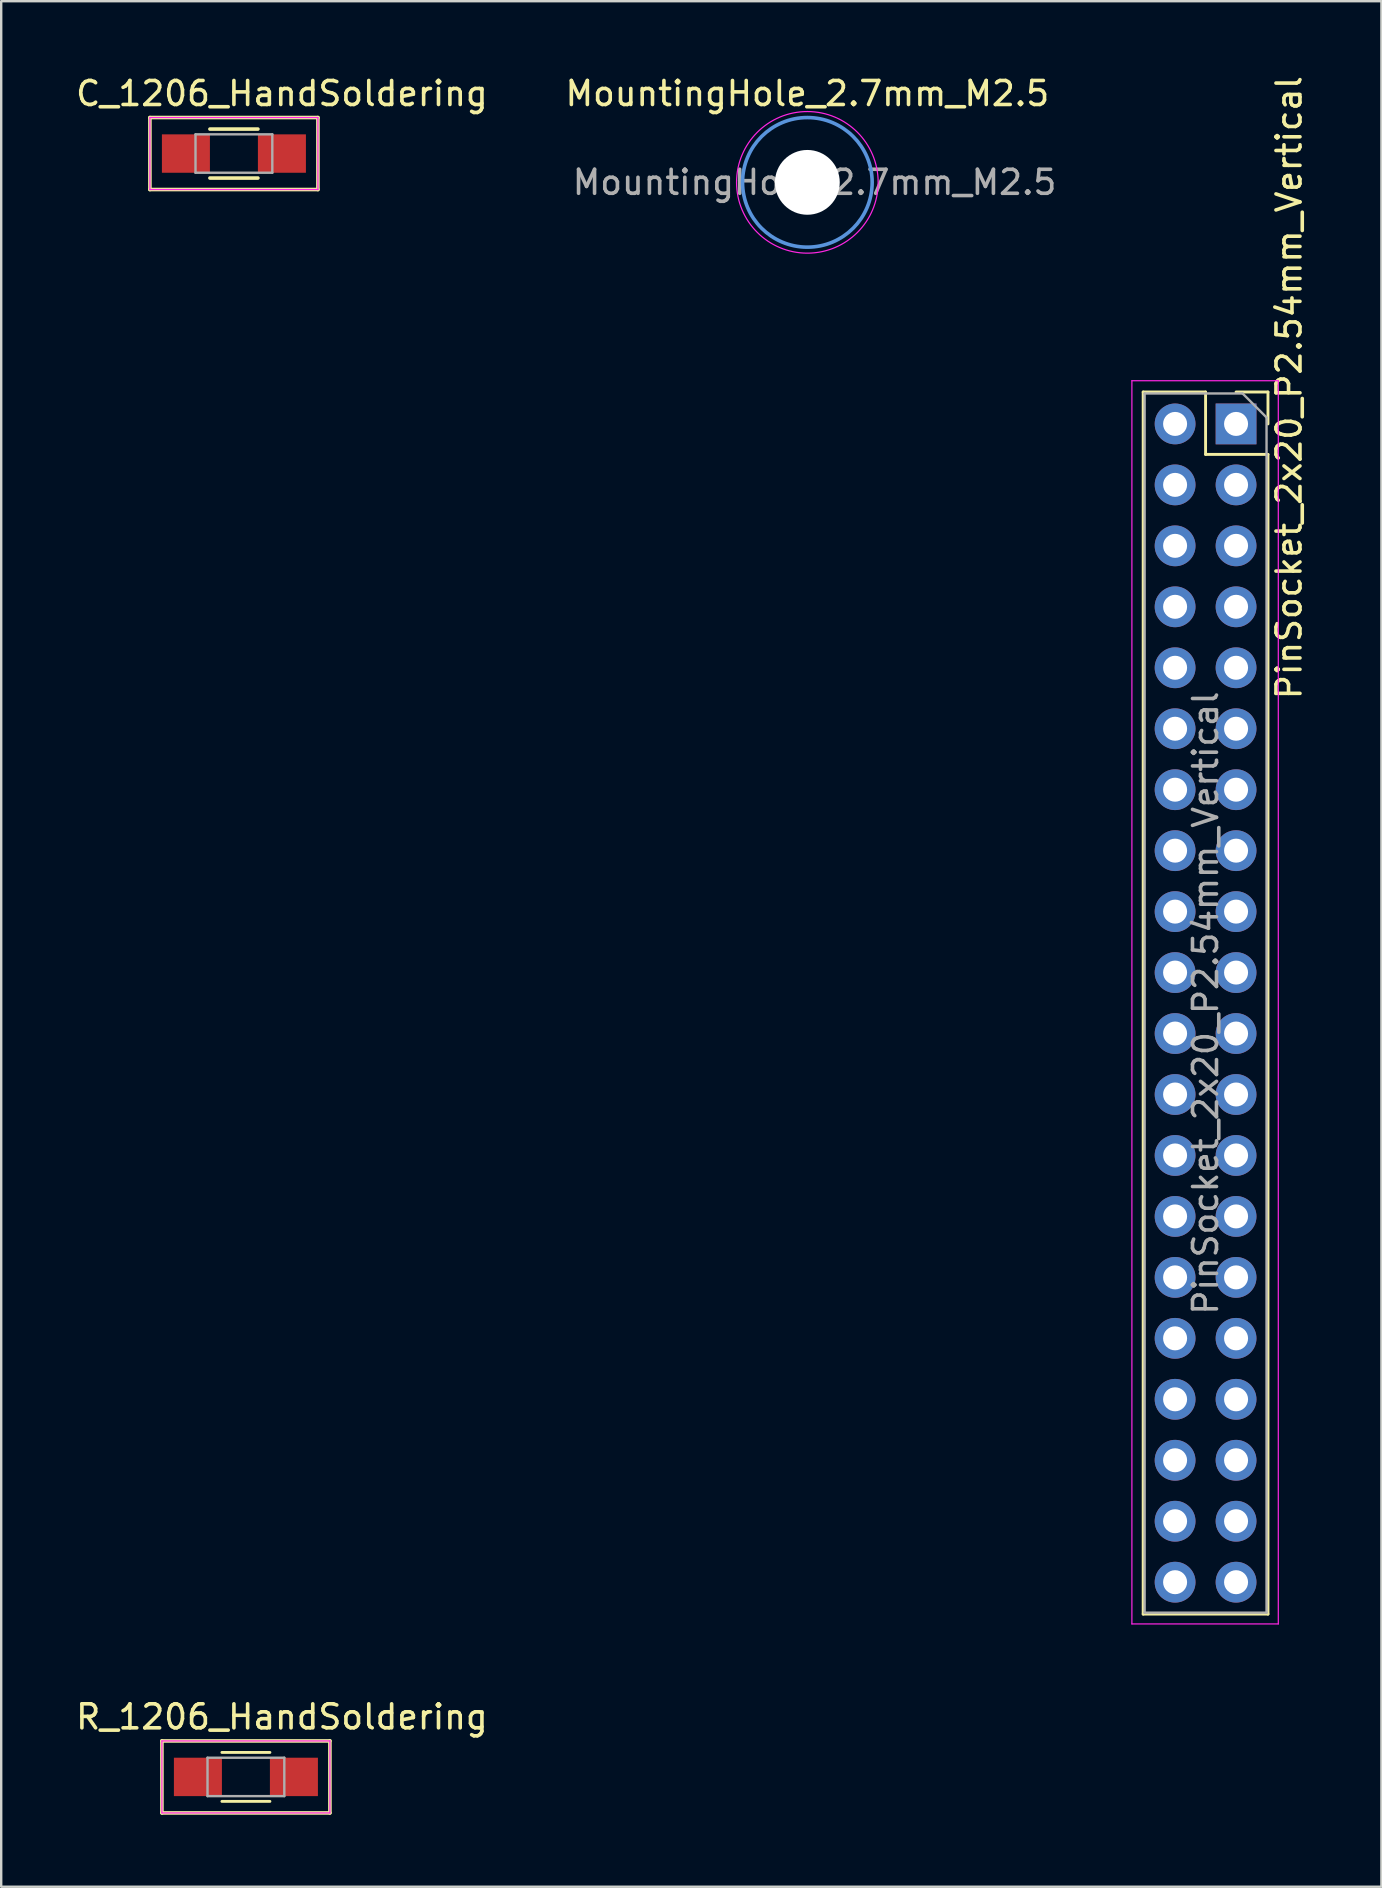
<source format=kicad_pcb>
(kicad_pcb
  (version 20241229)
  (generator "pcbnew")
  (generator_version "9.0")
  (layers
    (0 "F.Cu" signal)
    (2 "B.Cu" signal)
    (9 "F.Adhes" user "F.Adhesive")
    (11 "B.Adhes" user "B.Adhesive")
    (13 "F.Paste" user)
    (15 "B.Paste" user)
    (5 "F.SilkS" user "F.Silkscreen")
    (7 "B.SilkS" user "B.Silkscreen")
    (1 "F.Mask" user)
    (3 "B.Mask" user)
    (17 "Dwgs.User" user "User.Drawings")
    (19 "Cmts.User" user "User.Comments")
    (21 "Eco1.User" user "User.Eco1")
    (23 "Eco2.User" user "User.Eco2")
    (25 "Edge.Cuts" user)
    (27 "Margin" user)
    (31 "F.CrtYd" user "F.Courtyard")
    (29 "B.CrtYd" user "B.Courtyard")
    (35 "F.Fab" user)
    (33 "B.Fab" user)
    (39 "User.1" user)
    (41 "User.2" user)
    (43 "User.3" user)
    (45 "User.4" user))
  (footprint "C_1206_HandSoldering"
    (layer "F.Cu")
    (at 6.696 3.348)
    (property "Reference" "C_1206_HandSoldering" (at 2 -2.5 0) (layer "F.SilkS") (effects (font (size 1 1) (thickness 0.15))))
    (attr smd)
    (fp_line (start -3.5 -1.5) (end 3.5 -1.5) (stroke (width 0.15) (type solid)) (layer "F.SilkS"))
    (fp_line (start -3.5 1.5) (end -3.5 -1.5) (stroke (width 0.15) (type solid)) (layer "F.SilkS"))
    (fp_line (start -1 1.02) (end 1 1.02) (stroke (width 0.15) (type solid)) (layer "F.SilkS"))
    (fp_line (start 1 -1.02) (end -1 -1.02) (stroke (width 0.15) (type solid)) (layer "F.SilkS"))
    (fp_line (start 3.5 -1.5) (end 3.5 1.5) (stroke (width 0.15) (type solid)) (layer "F.SilkS"))
    (fp_line (start 3.5 1.5) (end -3.5 1.5) (stroke (width 0.15) (type solid)) (layer "F.SilkS"))
    (fp_line (start -3.5 -1.5) (end -3.5 1.5) (stroke (width 0.05) (type solid)) (layer "F.CrtYd"))
    (fp_line (start -3.5 -1.5) (end 3.5 -1.5) (stroke (width 0.05) (type solid)) (layer "F.CrtYd"))
    (fp_line (start 3.5 1.5) (end -3.5 1.5) (stroke (width 0.05) (type solid)) (layer "F.CrtYd"))
    (fp_line (start 3.5 1.5) (end 3.5 -1.5) (stroke (width 0.05) (type solid)) (layer "F.CrtYd"))
    (fp_line (start -1.6 -0.8) (end 1.6 -0.8) (stroke (width 0.1) (type solid)) (layer "F.Fab"))
    (fp_line (start -1.6 0.8) (end -1.6 -0.8) (stroke (width 0.1) (type solid)) (layer "F.Fab"))
    (fp_line (start 1.6 -0.8) (end 1.6 0.8) (stroke (width 0.1) (type solid)) (layer "F.Fab"))
    (fp_line (start 1.6 0.8) (end -1.6 0.8) (stroke (width 0.1) (type solid)) (layer "F.Fab"))
    (pad "1" smd rect (at -2 0) (size 2 1.6) (layers "F.Cu" "F.Mask" "F.Paste"))
    (pad "2" smd rect (at 2 0) (size 2 1.6) (layers "F.Cu" "F.Mask" "F.Paste")))
  (footprint "R_1206_HandSoldering"
    (layer "F.Cu")
    (at 7.196 70.986)
    (property "Reference" "R_1206_HandSoldering" (at 1.5 -2.5 0) (layer "F.SilkS") (effects (font (size 1 1) (thickness 0.15))))
    (attr smd)
    (fp_line (start -3.5 -1.5) (end 3.5 -1.5) (stroke (width 0.15) (type solid)) (layer "F.SilkS"))
    (fp_line (start -3.5 1.5) (end -3.5 -1.5) (stroke (width 0.15) (type solid)) (layer "F.SilkS"))
    (fp_line (start -1 1.02) (end 1 1.02) (stroke (width 0.12) (type solid)) (layer "F.SilkS"))
    (fp_line (start 1 -1.02) (end -1 -1.02) (stroke (width 0.12) (type solid)) (layer "F.SilkS"))
    (fp_line (start 3.5 -1.5) (end 3.5 1.5) (stroke (width 0.15) (type solid)) (layer "F.SilkS"))
    (fp_line (start 3.5 1.5) (end -3.5 1.5) (stroke (width 0.15) (type solid)) (layer "F.SilkS"))
    (fp_line (start -3.5 -1.5) (end -3.5 1.5) (stroke (width 0.05) (type solid)) (layer "F.CrtYd"))
    (fp_line (start -3.5 -1.5) (end 3.5 -1.5) (stroke (width 0.05) (type solid)) (layer "F.CrtYd"))
    (fp_line (start 3.5 1.5) (end -3.5 1.5) (stroke (width 0.05) (type solid)) (layer "F.CrtYd"))
    (fp_line (start 3.5 1.5) (end 3.5 -1.5) (stroke (width 0.05) (type solid)) (layer "F.CrtYd"))
    (fp_line (start -1.6 -0.8) (end 1.6 -0.8) (stroke (width 0.1) (type solid)) (layer "F.Fab"))
    (fp_line (start -1.6 0.8) (end -1.6 -0.8) (stroke (width 0.1) (type solid)) (layer "F.Fab"))
    (fp_line (start 1.6 -0.8) (end 1.6 0.8) (stroke (width 0.1) (type solid)) (layer "F.Fab"))
    (fp_line (start 1.6 0.8) (end -1.6 0.8) (stroke (width 0.1) (type solid)) (layer "F.Fab"))
    (pad "1" smd rect (at -2 0) (size 2 1.6) (layers "F.Cu" "F.Mask" "F.Paste"))
    (pad "2" smd rect (at 2 0) (size 2 1.6) (layers "F.Cu" "F.Mask" "F.Paste")))
  (footprint "MountingHole_2.7mm_M2.5"
    (layer "F.Cu")
    (at 30.589 4.548)
    (property "Reference" "MountingHole_2.7mm_M2.5" (at 0 -3.7 0) (layer "F.SilkS") (effects (font (size 1 1) (thickness 0.15))))
    (attr exclude_from_pos_files exclude_from_bom)
    (fp_circle (center 0 0) (end 2.7 0) (stroke (width 0.15) (type solid)) (fill no) (layer "Cmts.User"))
    (fp_circle (center 0 0) (end 2.95 0) (stroke (width 0.05) (type solid)) (fill no) (layer "F.CrtYd"))
    (fp_text user "${REFERENCE}" (at 0.3 0 0) (layer "F.Fab") (effects (font (size 1 1) (thickness 0.15))))
    (pad "" np_thru_hole circle (at 0 0) (size 2.7 2.7) (drill 2.7) (layers "*.Cu" "*.Mask")))
  (footprint "PinSocket_2x20_P2.54mm_Vertical"
    (layer "F.Cu")
    (at 48.451 14.613)
    (property "Reference" "PinSocket_2x20_P2.54mm_Vertical" (at 2.208 -1.512 270) (layer "F.SilkS") (effects (font (size 1 1) (thickness 0.15))))
    (attr through_hole)
    (fp_line (start -3.87 -1.33) (end -3.87 49.59) (stroke (width 0.12) (type solid)) (layer "F.SilkS"))
    (fp_line (start -3.87 -1.33) (end -1.27 -1.33) (stroke (width 0.12) (type solid)) (layer "F.SilkS"))
    (fp_line (start -3.87 49.59) (end 1.33 49.59) (stroke (width 0.12) (type solid)) (layer "F.SilkS"))
    (fp_line (start -1.27 -1.33) (end -1.27 1.27) (stroke (width 0.12) (type solid)) (layer "F.SilkS"))
    (fp_line (start -1.27 1.27) (end 1.33 1.27) (stroke (width 0.12) (type solid)) (layer "F.SilkS"))
    (fp_line (start 0 -1.33) (end 1.33 -1.33) (stroke (width 0.12) (type solid)) (layer "F.SilkS"))
    (fp_line (start 1.33 -1.33) (end 1.33 0) (stroke (width 0.12) (type solid)) (layer "F.SilkS"))
    (fp_line (start 1.33 1.27) (end 1.33 49.59) (stroke (width 0.12) (type solid)) (layer "F.SilkS"))
    (fp_line (start -4.34 -1.8) (end 1.76 -1.8) (stroke (width 0.05) (type solid)) (layer "F.CrtYd"))
    (fp_line (start -4.34 50) (end -4.34 -1.8) (stroke (width 0.05) (type solid)) (layer "F.CrtYd"))
    (fp_line (start 1.76 -1.8) (end 1.76 50) (stroke (width 0.05) (type solid)) (layer "F.CrtYd"))
    (fp_line (start 1.76 50) (end -4.34 50) (stroke (width 0.05) (type solid)) (layer "F.CrtYd"))
    (fp_line (start -3.81 -1.27) (end 0.27 -1.27) (stroke (width 0.1) (type solid)) (layer "F.Fab"))
    (fp_line (start -3.81 49.53) (end -3.81 -1.27) (stroke (width 0.1) (type solid)) (layer "F.Fab"))
    (fp_line (start 0.27 -1.27) (end 1.27 -0.27) (stroke (width 0.1) (type solid)) (layer "F.Fab"))
    (fp_line (start 1.27 -0.27) (end 1.27 49.53) (stroke (width 0.1) (type solid)) (layer "F.Fab"))
    (fp_line (start 1.27 49.53) (end -3.81 49.53) (stroke (width 0.1) (type solid)) (layer "F.Fab"))
    (fp_text user "${REFERENCE}" (at -1.27 24.13 90) (layer "F.Fab") (effects (font (size 1 1) (thickness 0.15))))
    (pad "1" thru_hole rect (at 0 0) (size 1.7 1.7) (drill 1) (layers "*.Cu" "*.Mask"))
    (pad "2" thru_hole oval (at -2.54 0) (size 1.7 1.7) (drill 1) (layers "*.Cu" "*.Mask"))
    (pad "3" thru_hole oval (at 0 2.54) (size 1.7 1.7) (drill 1) (layers "*.Cu" "*.Mask"))
    (pad "4" thru_hole oval (at -2.54 2.54) (size 1.7 1.7) (drill 1) (layers "*.Cu" "*.Mask"))
    (pad "5" thru_hole oval (at 0 5.08) (size 1.7 1.7) (drill 1) (layers "*.Cu" "*.Mask"))
    (pad "6" thru_hole oval (at -2.54 5.08) (size 1.7 1.7) (drill 1) (layers "*.Cu" "*.Mask"))
    (pad "7" thru_hole oval (at 0 7.62) (size 1.7 1.7) (drill 1) (layers "*.Cu" "*.Mask"))
    (pad "8" thru_hole oval (at -2.54 7.62) (size 1.7 1.7) (drill 1) (layers "*.Cu" "*.Mask"))
    (pad "9" thru_hole oval (at 0 10.16) (size 1.7 1.7) (drill 1) (layers "*.Cu" "*.Mask"))
    (pad "10" thru_hole oval (at -2.54 10.16) (size 1.7 1.7) (drill 1) (layers "*.Cu" "*.Mask"))
    (pad "11" thru_hole oval (at 0 12.7) (size 1.7 1.7) (drill 1) (layers "*.Cu" "*.Mask"))
    (pad "12" thru_hole oval (at -2.54 12.7) (size 1.7 1.7) (drill 1) (layers "*.Cu" "*.Mask"))
    (pad "13" thru_hole oval (at 0 15.24) (size 1.7 1.7) (drill 1) (layers "*.Cu" "*.Mask"))
    (pad "14" thru_hole oval (at -2.54 15.24) (size 1.7 1.7) (drill 1) (layers "*.Cu" "*.Mask"))
    (pad "15" thru_hole oval (at 0 17.78) (size 1.7 1.7) (drill 1) (layers "*.Cu" "*.Mask"))
    (pad "16" thru_hole oval (at -2.54 17.78) (size 1.7 1.7) (drill 1) (layers "*.Cu" "*.Mask"))
    (pad "17" thru_hole oval (at 0 20.32) (size 1.7 1.7) (drill 1) (layers "*.Cu" "*.Mask"))
    (pad "18" thru_hole oval (at -2.54 20.32) (size 1.7 1.7) (drill 1) (layers "*.Cu" "*.Mask"))
    (pad "19" thru_hole oval (at 0 22.86) (size 1.7 1.7) (drill 1) (layers "*.Cu" "*.Mask"))
    (pad "20" thru_hole oval (at -2.54 22.86) (size 1.7 1.7) (drill 1) (layers "*.Cu" "*.Mask"))
    (pad "21" thru_hole oval (at 0 25.4) (size 1.7 1.7) (drill 1) (layers "*.Cu" "*.Mask"))
    (pad "22" thru_hole oval (at -2.54 25.4) (size 1.7 1.7) (drill 1) (layers "*.Cu" "*.Mask"))
    (pad "23" thru_hole oval (at 0 27.94) (size 1.7 1.7) (drill 1) (layers "*.Cu" "*.Mask"))
    (pad "24" thru_hole oval (at -2.54 27.94) (size 1.7 1.7) (drill 1) (layers "*.Cu" "*.Mask"))
    (pad "25" thru_hole oval (at 0 30.48) (size 1.7 1.7) (drill 1) (layers "*.Cu" "*.Mask"))
    (pad "26" thru_hole oval (at -2.54 30.48) (size 1.7 1.7) (drill 1) (layers "*.Cu" "*.Mask"))
    (pad "27" thru_hole oval (at 0 33.02) (size 1.7 1.7) (drill 1) (layers "*.Cu" "*.Mask"))
    (pad "28" thru_hole oval (at -2.54 33.02) (size 1.7 1.7) (drill 1) (layers "*.Cu" "*.Mask"))
    (pad "29" thru_hole oval (at 0 35.56) (size 1.7 1.7) (drill 1) (layers "*.Cu" "*.Mask"))
    (pad "30" thru_hole oval (at -2.54 35.56) (size 1.7 1.7) (drill 1) (layers "*.Cu" "*.Mask"))
    (pad "31" thru_hole oval (at 0 38.1) (size 1.7 1.7) (drill 1) (layers "*.Cu" "*.Mask"))
    (pad "32" thru_hole oval (at -2.54 38.1) (size 1.7 1.7) (drill 1) (layers "*.Cu" "*.Mask"))
    (pad "33" thru_hole oval (at 0 40.64) (size 1.7 1.7) (drill 1) (layers "*.Cu" "*.Mask"))
    (pad "34" thru_hole oval (at -2.54 40.64) (size 1.7 1.7) (drill 1) (layers "*.Cu" "*.Mask"))
    (pad "35" thru_hole oval (at 0 43.18) (size 1.7 1.7) (drill 1) (layers "*.Cu" "*.Mask"))
    (pad "36" thru_hole oval (at -2.54 43.18) (size 1.7 1.7) (drill 1) (layers "*.Cu" "*.Mask"))
    (pad "37" thru_hole oval (at 0 45.72) (size 1.7 1.7) (drill 1) (layers "*.Cu" "*.Mask"))
    (pad "38" thru_hole oval (at -2.54 45.72) (size 1.7 1.7) (drill 1) (layers "*.Cu" "*.Mask"))
    (pad "39" thru_hole oval (at 0 48.26) (size 1.7 1.7) (drill 1) (layers "*.Cu" "*.Mask"))
    (pad "40" thru_hole oval (at -2.54 48.26) (size 1.7 1.7) (drill 1) (layers "*.Cu" "*.Mask")))
  (gr_rect
    (start -3 -3)
    (end 54.507 75.561)
    (stroke (width 0.1) (type default))
    (fill no)
    (layer "Edge.Cuts")))
</source>
